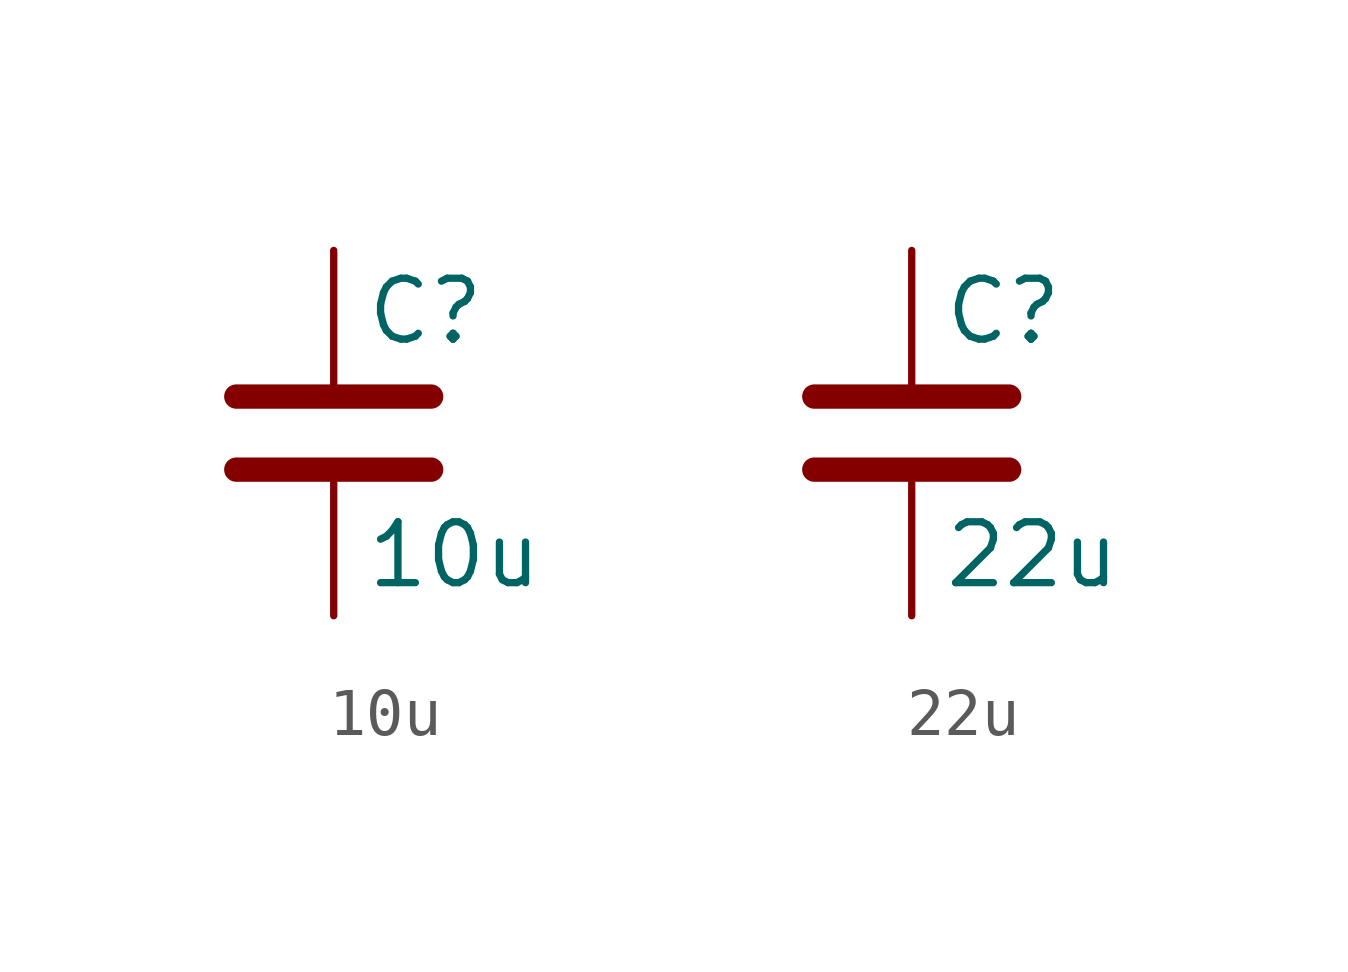
<source format=kicad_sym>
(kicad_symbol_lib
  (version 20231120)
  (generator "kicad_symbol_editor")
  (generator_version "8.0")
  (symbol "10u"
    (pin_numbers hide)
    (pin_names
      (offset 0.254))
    (property "Reference" "C"
      (at 0.635 2.54 0)
      (effects (font (size 1.27 1.27)) (justify left)))
    (property "Value" "10u"
      (at 0.635 -2.54 0)
      (effects (font (size 1.27 1.27)) (justify left)))
    (symbol "10u_0_1"
      (polyline (pts (xy -2.032 -0.762) (xy 2.032 -0.762)) (stroke (width 0.508) (type default)) (fill (type none)))
      (polyline (pts (xy -2.032 0.762) (xy 2.032 0.762)) (stroke (width 0.508) (type default)) (fill (type none))))
    (symbol "10u_1_1"
      (pin passive line (at 0 3.81 270) (length 2.794) (name "~" (effects (font (size 1.27 1.27)))) (number "1" (effects (font (size 1.27 1.27)))))
      (pin passive line (at 0 -3.81 90) (length 2.794) (name "~" (effects (font (size 1.27 1.27)))) (number "2" (effects (font (size 1.27 1.27)))))))
  (symbol "22u"
    (pin_numbers hide)
    (pin_names
      (offset 0.254))
    (property "Reference" "C"
      (at 0.635 2.54 0)
      (effects (font (size 1.27 1.27)) (justify left)))
    (property "Value" "22u"
      (at 0.635 -2.54 0)
      (effects (font (size 1.27 1.27)) (justify left)))
    (symbol "22u_0_1"
      (polyline (pts (xy -2.032 -0.762) (xy 2.032 -0.762)) (stroke (width 0.508) (type default)) (fill (type none)))
      (polyline (pts (xy -2.032 0.762) (xy 2.032 0.762)) (stroke (width 0.508) (type default)) (fill (type none))))
    (symbol "22u_1_1"
      (pin passive line (at 0 3.81 270) (length 2.794) (name "~" (effects (font (size 1.27 1.27)))) (number "1" (effects (font (size 1.27 1.27)))))
      (pin passive line (at 0 -3.81 90) (length 2.794) (name "~" (effects (font (size 1.27 1.27)))) (number "2" (effects (font (size 1.27 1.27))))))))
</source>
